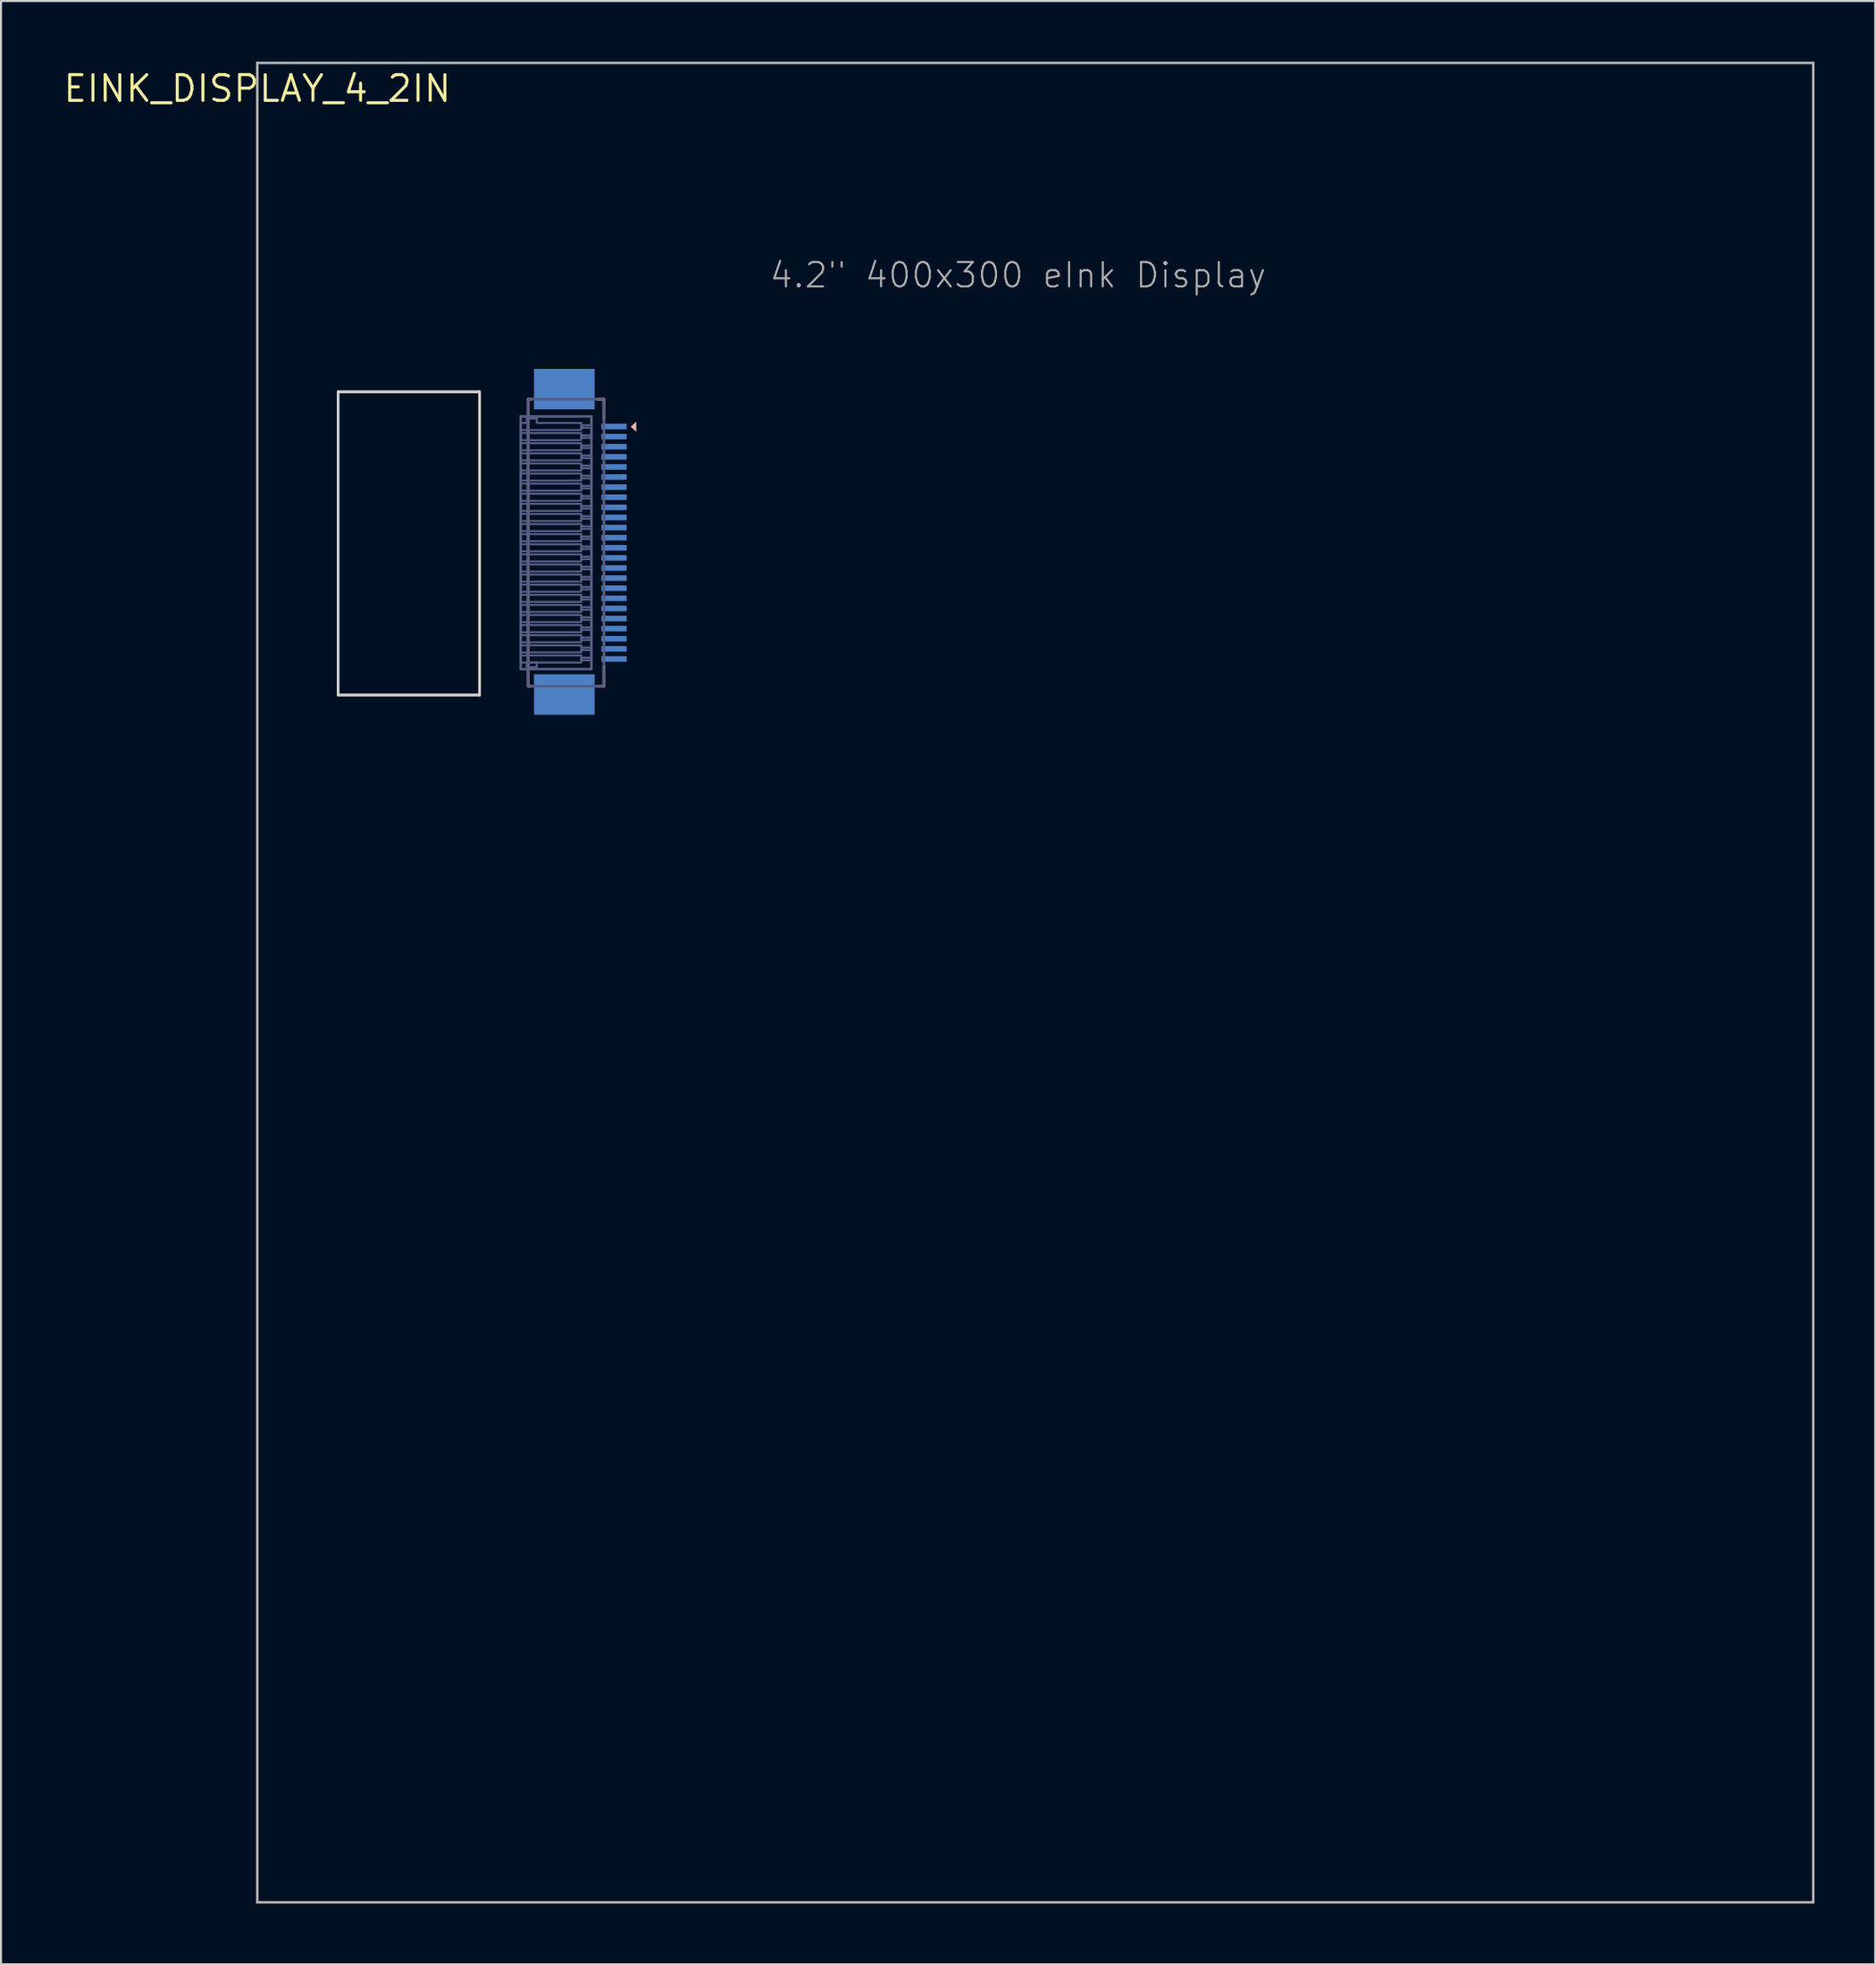
<source format=kicad_pcb>
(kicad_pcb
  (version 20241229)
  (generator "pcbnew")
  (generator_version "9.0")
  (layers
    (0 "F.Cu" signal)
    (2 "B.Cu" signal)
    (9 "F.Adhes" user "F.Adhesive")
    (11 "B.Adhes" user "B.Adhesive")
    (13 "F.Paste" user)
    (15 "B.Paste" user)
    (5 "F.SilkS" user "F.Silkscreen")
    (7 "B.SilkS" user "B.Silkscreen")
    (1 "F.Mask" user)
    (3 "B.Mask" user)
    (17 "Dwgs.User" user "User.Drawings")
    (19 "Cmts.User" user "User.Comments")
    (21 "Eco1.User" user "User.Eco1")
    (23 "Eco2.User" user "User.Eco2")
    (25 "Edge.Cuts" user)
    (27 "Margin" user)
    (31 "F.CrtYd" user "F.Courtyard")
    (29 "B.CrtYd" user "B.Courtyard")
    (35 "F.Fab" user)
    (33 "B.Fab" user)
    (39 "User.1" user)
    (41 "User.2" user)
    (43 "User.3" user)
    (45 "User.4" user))
  (footprint "EINK_DISPLAY_4_2IN"
    (layer "F.Cu")
    (at 9.683 1.333)
    (property "Reference" "EINK_DISPLAY_4_2IN" (at 0 0 0) (layer "F.SilkS") (effects (font (size 1.27 1.27) (thickness 0.15))))
    (attr through_hole)
    (fp_line (start 13.403 15.367) (end 13.403 29.567) (stroke (width 0.127) (type solid)) (layer "B.SilkS"))
    (fp_line (start 13.556 15.367) (end 13.403 15.367) (stroke (width 0.127) (type solid)) (layer "B.SilkS"))
    (fp_line (start 13.556 29.567) (end 13.403 29.567) (stroke (width 0.127) (type solid)) (layer "B.SilkS"))
    (fp_line (start 16.823 15.367) (end 17.153 15.367) (stroke (width 0.127) (type solid)) (layer "B.SilkS"))
    (fp_line (start 16.823 29.567) (end 17.153 29.567) (stroke (width 0.127) (type solid)) (layer "B.SilkS"))
    (fp_line (start 17.153 16.367) (end 17.153 15.367) (stroke (width 0.127) (type solid)) (layer "B.SilkS"))
    (fp_line (start 17.153 29.567) (end 17.153 28.567) (stroke (width 0.127) (type solid)) (layer "B.SilkS"))
    (fp_poly (pts (xy 18.756 16.473) (xy 18.756 16.981) (xy 18.475 16.727)) (stroke (width 0) (type solid)) (fill yes) (layer "B.SilkS"))
    (fp_line (start 4 15) (end 11 15) (stroke (width 0.127) (type solid)) (layer "Edge.Cuts"))
    (fp_line (start 4 15) (end 11 15) (stroke (width 0.127) (type solid)) (layer "Edge.Cuts"))
    (fp_line (start 4 30) (end 4 15) (stroke (width 0.127) (type solid)) (layer "Edge.Cuts"))
    (fp_line (start 4 30) (end 4 15) (stroke (width 0.127) (type solid)) (layer "Edge.Cuts"))
    (fp_line (start 11 15) (end 11 30) (stroke (width 0.127) (type solid)) (layer "Edge.Cuts"))
    (fp_line (start 11 15) (end 11 30) (stroke (width 0.127) (type solid)) (layer "Edge.Cuts"))
    (fp_line (start 11 30) (end 4 30) (stroke (width 0.127) (type solid)) (layer "Edge.Cuts"))
    (fp_line (start 11 30) (end 4 30) (stroke (width 0.127) (type solid)) (layer "Edge.Cuts"))
    (fp_line (start 13.033 16.217) (end 16.533 16.217) (stroke (width 0.127) (type solid)) (layer "B.Fab"))
    (fp_line (start 13.033 28.717) (end 13.033 16.217) (stroke (width 0.127) (type solid)) (layer "B.Fab"))
    (fp_line (start 13.403 15.367) (end 17.153 15.367) (stroke (width 0.127) (type solid)) (layer "B.Fab"))
    (fp_line (start 13.403 29.567) (end 13.403 15.367) (stroke (width 0.127) (type solid)) (layer "B.Fab"))
    (fp_line (start 16.533 16.217) (end 16.533 28.717) (stroke (width 0.127) (type solid)) (layer "B.Fab"))
    (fp_line (start 16.533 28.717) (end 13.033 28.717) (stroke (width 0.127) (type solid)) (layer "B.Fab"))
    (fp_line (start 17.153 15.467) (end 17.153 29.567) (stroke (width 0.127) (type solid)) (layer "B.Fab"))
    (fp_line (start 17.153 29.567) (end 13.403 29.567) (stroke (width 0.127) (type solid)) (layer "B.Fab"))
    (fp_poly (pts (xy 13.033 17.392) (xy 16.033 17.392) (xy 16.033 17.042) (xy 13.033 17.042)) (stroke (width 0.1) (type solid)) (fill no) (layer "B.Fab"))
    (fp_poly (pts (xy 13.033 17.892) (xy 16.033 17.892) (xy 16.033 17.542) (xy 13.033 17.542)) (stroke (width 0.1) (type solid)) (fill no) (layer "B.Fab"))
    (fp_poly (pts (xy 13.033 18.392) (xy 16.033 18.392) (xy 16.033 18.042) (xy 13.033 18.042)) (stroke (width 0.1) (type solid)) (fill no) (layer "B.Fab"))
    (fp_poly (pts (xy 13.033 18.892) (xy 16.033 18.892) (xy 16.033 18.542) (xy 13.033 18.542)) (stroke (width 0.1) (type solid)) (fill no) (layer "B.Fab"))
    (fp_poly (pts (xy 13.033 19.392) (xy 16.033 19.392) (xy 16.033 19.042) (xy 13.033 19.042)) (stroke (width 0.1) (type solid)) (fill no) (layer "B.Fab"))
    (fp_poly (pts (xy 13.033 19.892) (xy 16.033 19.892) (xy 16.033 19.542) (xy 13.033 19.542)) (stroke (width 0.1) (type solid)) (fill no) (layer "B.Fab"))
    (fp_poly (pts (xy 13.033 20.392) (xy 16.033 20.392) (xy 16.033 20.042) (xy 13.033 20.042)) (stroke (width 0.1) (type solid)) (fill no) (layer "B.Fab"))
    (fp_poly (pts (xy 13.033 20.892) (xy 16.033 20.892) (xy 16.033 20.542) (xy 13.033 20.542)) (stroke (width 0.1) (type solid)) (fill no) (layer "B.Fab"))
    (fp_poly (pts (xy 13.033 21.392) (xy 16.033 21.392) (xy 16.033 21.042) (xy 13.033 21.042)) (stroke (width 0.1) (type solid)) (fill no) (layer "B.Fab"))
    (fp_poly (pts (xy 13.033 21.892) (xy 16.033 21.892) (xy 16.033 21.542) (xy 13.033 21.542)) (stroke (width 0.1) (type solid)) (fill no) (layer "B.Fab"))
    (fp_poly (pts (xy 13.033 22.392) (xy 16.033 22.392) (xy 16.033 22.042) (xy 13.033 22.042)) (stroke (width 0.1) (type solid)) (fill no) (layer "B.Fab"))
    (fp_poly (pts (xy 13.033 22.892) (xy 16.033 22.892) (xy 16.033 22.542) (xy 13.033 22.542)) (stroke (width 0.1) (type solid)) (fill no) (layer "B.Fab"))
    (fp_poly (pts (xy 13.033 23.392) (xy 16.033 23.392) (xy 16.033 23.042) (xy 13.033 23.042)) (stroke (width 0.1) (type solid)) (fill no) (layer "B.Fab"))
    (fp_poly (pts (xy 13.033 23.892) (xy 16.033 23.892) (xy 16.033 23.542) (xy 13.033 23.542)) (stroke (width 0.1) (type solid)) (fill no) (layer "B.Fab"))
    (fp_poly (pts (xy 13.033 24.392) (xy 16.033 24.392) (xy 16.033 24.042) (xy 13.033 24.042)) (stroke (width 0.1) (type solid)) (fill no) (layer "B.Fab"))
    (fp_poly (pts (xy 13.033 24.892) (xy 16.033 24.892) (xy 16.033 24.542) (xy 13.033 24.542)) (stroke (width 0.1) (type solid)) (fill no) (layer "B.Fab"))
    (fp_poly (pts (xy 13.033 25.392) (xy 16.033 25.392) (xy 16.033 25.042) (xy 13.033 25.042)) (stroke (width 0.1) (type solid)) (fill no) (layer "B.Fab"))
    (fp_poly (pts (xy 13.033 25.892) (xy 16.033 25.892) (xy 16.033 25.542) (xy 13.033 25.542)) (stroke (width 0.1) (type solid)) (fill no) (layer "B.Fab"))
    (fp_poly (pts (xy 13.033 26.392) (xy 16.033 26.392) (xy 16.033 26.042) (xy 13.033 26.042)) (stroke (width 0.1) (type solid)) (fill no) (layer "B.Fab"))
    (fp_poly (pts (xy 13.033 26.892) (xy 16.033 26.892) (xy 16.033 26.542) (xy 13.033 26.542)) (stroke (width 0.1) (type solid)) (fill no) (layer "B.Fab"))
    (fp_poly (pts (xy 13.033 27.392) (xy 16.033 27.392) (xy 16.033 27.042) (xy 13.033 27.042)) (stroke (width 0.1) (type solid)) (fill no) (layer "B.Fab"))
    (fp_poly (pts (xy 13.033 27.892) (xy 16.033 27.892) (xy 16.033 27.542) (xy 13.033 27.542)) (stroke (width 0.1) (type solid)) (fill no) (layer "B.Fab"))
    (fp_poly (pts (xy 13.033 28.392) (xy 16.033 28.392) (xy 16.033 28.042) (xy 13.033 28.042)) (stroke (width 0.1) (type solid)) (fill no) (layer "B.Fab"))
    (fp_poly (pts (xy 13.333 28.617) (xy 13.833 28.617) (xy 13.833 28.392) (xy 13.333 28.392)) (stroke (width 0.1) (type solid)) (fill no) (layer "B.Fab"))
    (fp_poly (pts (xy 16.033 16.654) (xy 16.533 16.654) (xy 16.533 16.779) (xy 16.033 16.779)) (stroke (width 0.1) (type solid)) (fill no) (layer "B.Fab"))
    (fp_poly (pts (xy 16.033 17.154) (xy 16.533 17.154) (xy 16.533 17.279) (xy 16.033 17.279)) (stroke (width 0.1) (type solid)) (fill no) (layer "B.Fab"))
    (fp_poly (pts (xy 16.033 17.654) (xy 16.533 17.654) (xy 16.533 17.779) (xy 16.033 17.779)) (stroke (width 0.1) (type solid)) (fill no) (layer "B.Fab"))
    (fp_poly (pts (xy 16.033 18.154) (xy 16.533 18.154) (xy 16.533 18.279) (xy 16.033 18.279)) (stroke (width 0.1) (type solid)) (fill no) (layer "B.Fab"))
    (fp_poly (pts (xy 16.033 18.654) (xy 16.533 18.654) (xy 16.533 18.779) (xy 16.033 18.779)) (stroke (width 0.1) (type solid)) (fill no) (layer "B.Fab"))
    (fp_poly (pts (xy 16.033 19.154) (xy 16.533 19.154) (xy 16.533 19.279) (xy 16.033 19.279)) (stroke (width 0.1) (type solid)) (fill no) (layer "B.Fab"))
    (fp_poly (pts (xy 16.033 19.654) (xy 16.533 19.654) (xy 16.533 19.779) (xy 16.033 19.779)) (stroke (width 0.1) (type solid)) (fill no) (layer "B.Fab"))
    (fp_poly (pts (xy 16.033 20.154) (xy 16.533 20.154) (xy 16.533 20.279) (xy 16.033 20.279)) (stroke (width 0.1) (type solid)) (fill no) (layer "B.Fab"))
    (fp_poly (pts (xy 16.033 20.654) (xy 16.533 20.654) (xy 16.533 20.779) (xy 16.033 20.779)) (stroke (width 0.1) (type solid)) (fill no) (layer "B.Fab"))
    (fp_poly (pts (xy 16.033 21.154) (xy 16.533 21.154) (xy 16.533 21.279) (xy 16.033 21.279)) (stroke (width 0.1) (type solid)) (fill no) (layer "B.Fab"))
    (fp_poly (pts (xy 16.033 21.654) (xy 16.533 21.654) (xy 16.533 21.779) (xy 16.033 21.779)) (stroke (width 0.1) (type solid)) (fill no) (layer "B.Fab"))
    (fp_poly (pts (xy 16.033 22.154) (xy 16.533 22.154) (xy 16.533 22.279) (xy 16.033 22.279)) (stroke (width 0.1) (type solid)) (fill no) (layer "B.Fab"))
    (fp_poly (pts (xy 16.033 22.654) (xy 16.533 22.654) (xy 16.533 22.779) (xy 16.033 22.779)) (stroke (width 0.1) (type solid)) (fill no) (layer "B.Fab"))
    (fp_poly (pts (xy 16.033 23.154) (xy 16.533 23.154) (xy 16.533 23.279) (xy 16.033 23.279)) (stroke (width 0.1) (type solid)) (fill no) (layer "B.Fab"))
    (fp_poly (pts (xy 16.033 23.654) (xy 16.533 23.654) (xy 16.533 23.779) (xy 16.033 23.779)) (stroke (width 0.1) (type solid)) (fill no) (layer "B.Fab"))
    (fp_poly (pts (xy 16.033 24.154) (xy 16.533 24.154) (xy 16.533 24.279) (xy 16.033 24.279)) (stroke (width 0.1) (type solid)) (fill no) (layer "B.Fab"))
    (fp_poly (pts (xy 16.033 24.654) (xy 16.533 24.654) (xy 16.533 24.779) (xy 16.033 24.779)) (stroke (width 0.1) (type solid)) (fill no) (layer "B.Fab"))
    (fp_poly (pts (xy 16.033 25.154) (xy 16.533 25.154) (xy 16.533 25.279) (xy 16.033 25.279)) (stroke (width 0.1) (type solid)) (fill no) (layer "B.Fab"))
    (fp_poly (pts (xy 16.033 25.654) (xy 16.533 25.654) (xy 16.533 25.779) (xy 16.033 25.779)) (stroke (width 0.1) (type solid)) (fill no) (layer "B.Fab"))
    (fp_poly (pts (xy 16.033 26.154) (xy 16.533 26.154) (xy 16.533 26.279) (xy 16.033 26.279)) (stroke (width 0.1) (type solid)) (fill no) (layer "B.Fab"))
    (fp_poly (pts (xy 16.033 26.654) (xy 16.533 26.654) (xy 16.533 26.779) (xy 16.033 26.779)) (stroke (width 0.1) (type solid)) (fill no) (layer "B.Fab"))
    (fp_poly (pts (xy 16.033 27.154) (xy 16.533 27.154) (xy 16.533 27.279) (xy 16.033 27.279)) (stroke (width 0.1) (type solid)) (fill no) (layer "B.Fab"))
    (fp_poly (pts (xy 16.033 27.654) (xy 16.533 27.654) (xy 16.533 27.779) (xy 16.033 27.779)) (stroke (width 0.1) (type solid)) (fill no) (layer "B.Fab"))
    (fp_poly (pts (xy 16.033 28.154) (xy 16.533 28.154) (xy 16.533 28.279) (xy 16.033 28.279)) (stroke (width 0.1) (type solid)) (fill no) (layer "B.Fab"))
    (fp_poly (pts (xy 13.033 16.892) (xy 16.033 16.892) (xy 16.033 16.542) (xy 13.833 16.542) (xy 13.833 16.317) (xy 13.333 16.317) (xy 13.333 16.542) (xy 13.033 16.542)) (stroke (width 0.1) (type solid)) (fill no) (layer "B.Fab"))
    (fp_line (start 0 -1.27) (end 77 -1.27) (stroke (width 0.127) (type solid)) (layer "F.Fab"))
    (fp_line (start 0 89.73) (end 0 -1.27) (stroke (width 0.127) (type solid)) (layer "F.Fab"))
    (fp_line (start 77 -1.27) (end 77 89.73) (stroke (width 0.127) (type solid)) (layer "F.Fab"))
    (fp_line (start 77 89.73) (end 0 89.73) (stroke (width 0.127) (type solid)) (layer "F.Fab"))
    (fp_text user "4.2\" 400x300 eInk Display" (at 25.289 9.937 0) (layer "F.Fab") (effects (font (size 1.206 1.206) (thickness 0.102)) (justify left bottom)))
    (pad "1" smd rect (at 17.653 16.717 270) (size 0.275 1.25) (layers "B.Cu" "B.Mask" "B.Paste"))
    (pad "2" smd rect (at 17.653 17.217 270) (size 0.275 1.25) (layers "B.Cu" "B.Mask" "B.Paste"))
    (pad "3" smd rect (at 17.653 17.717 270) (size 0.275 1.25) (layers "B.Cu" "B.Mask" "B.Paste"))
    (pad "4" smd rect (at 17.653 18.217 270) (size 0.275 1.25) (layers "B.Cu" "B.Mask" "B.Paste"))
    (pad "5" smd rect (at 17.653 18.717 270) (size 0.275 1.25) (layers "B.Cu" "B.Mask" "B.Paste"))
    (pad "6" smd rect (at 17.653 19.217 270) (size 0.275 1.25) (layers "B.Cu" "B.Mask" "B.Paste"))
    (pad "7" smd rect (at 17.653 19.717 270) (size 0.275 1.25) (layers "B.Cu" "B.Mask" "B.Paste"))
    (pad "8" smd rect (at 17.653 20.217 270) (size 0.275 1.25) (layers "B.Cu" "B.Mask" "B.Paste"))
    (pad "9" smd rect (at 17.653 20.717 270) (size 0.275 1.25) (layers "B.Cu" "B.Mask" "B.Paste"))
    (pad "10" smd rect (at 17.653 21.217 270) (size 0.275 1.25) (layers "B.Cu" "B.Mask" "B.Paste"))
    (pad "11" smd rect (at 17.653 21.717 270) (size 0.275 1.25) (layers "B.Cu" "B.Mask" "B.Paste"))
    (pad "12" smd rect (at 17.653 22.217 270) (size 0.275 1.25) (layers "B.Cu" "B.Mask" "B.Paste"))
    (pad "13" smd rect (at 17.653 22.717 270) (size 0.275 1.25) (layers "B.Cu" "B.Mask" "B.Paste"))
    (pad "14" smd rect (at 17.653 23.217 270) (size 0.275 1.25) (layers "B.Cu" "B.Mask" "B.Paste"))
    (pad "15" smd rect (at 17.653 23.717 270) (size 0.275 1.25) (layers "B.Cu" "B.Mask" "B.Paste"))
    (pad "16" smd rect (at 17.653 24.217 270) (size 0.275 1.25) (layers "B.Cu" "B.Mask" "B.Paste"))
    (pad "17" smd rect (at 17.653 24.717 270) (size 0.275 1.25) (layers "B.Cu" "B.Mask" "B.Paste"))
    (pad "18" smd rect (at 17.653 25.217 270) (size 0.275 1.25) (layers "B.Cu" "B.Mask" "B.Paste"))
    (pad "19" smd rect (at 17.653 25.717 270) (size 0.275 1.25) (layers "B.Cu" "B.Mask" "B.Paste"))
    (pad "20" smd rect (at 17.653 26.217 270) (size 0.275 1.25) (layers "B.Cu" "B.Mask" "B.Paste"))
    (pad "21" smd rect (at 17.653 26.717 270) (size 0.275 1.25) (layers "B.Cu" "B.Mask" "B.Paste"))
    (pad "22" smd rect (at 17.653 27.217 270) (size 0.275 1.25) (layers "B.Cu" "B.Mask" "B.Paste"))
    (pad "23" smd rect (at 17.653 27.717 270) (size 0.275 1.25) (layers "B.Cu" "B.Mask" "B.Paste"))
    (pad "24" smd rect (at 17.653 28.217 270) (size 0.275 1.25) (layers "B.Cu" "B.Mask" "B.Paste"))
    (pad "SPRT1" smd rect (at 15.193 14.867) (size 3 2) (layers "B.Cu" "B.Mask" "B.Paste"))
    (pad "SPRT2" smd rect (at 15.193 29.977) (size 3 2) (layers "B.Cu" "B.Mask" "B.Paste")))
  (gr_rect
    (start -3 -3)
    (end 89.747 94.127)
    (stroke (width 0.1) (type default))
    (fill no)
    (layer "Edge.Cuts")))
</source>
